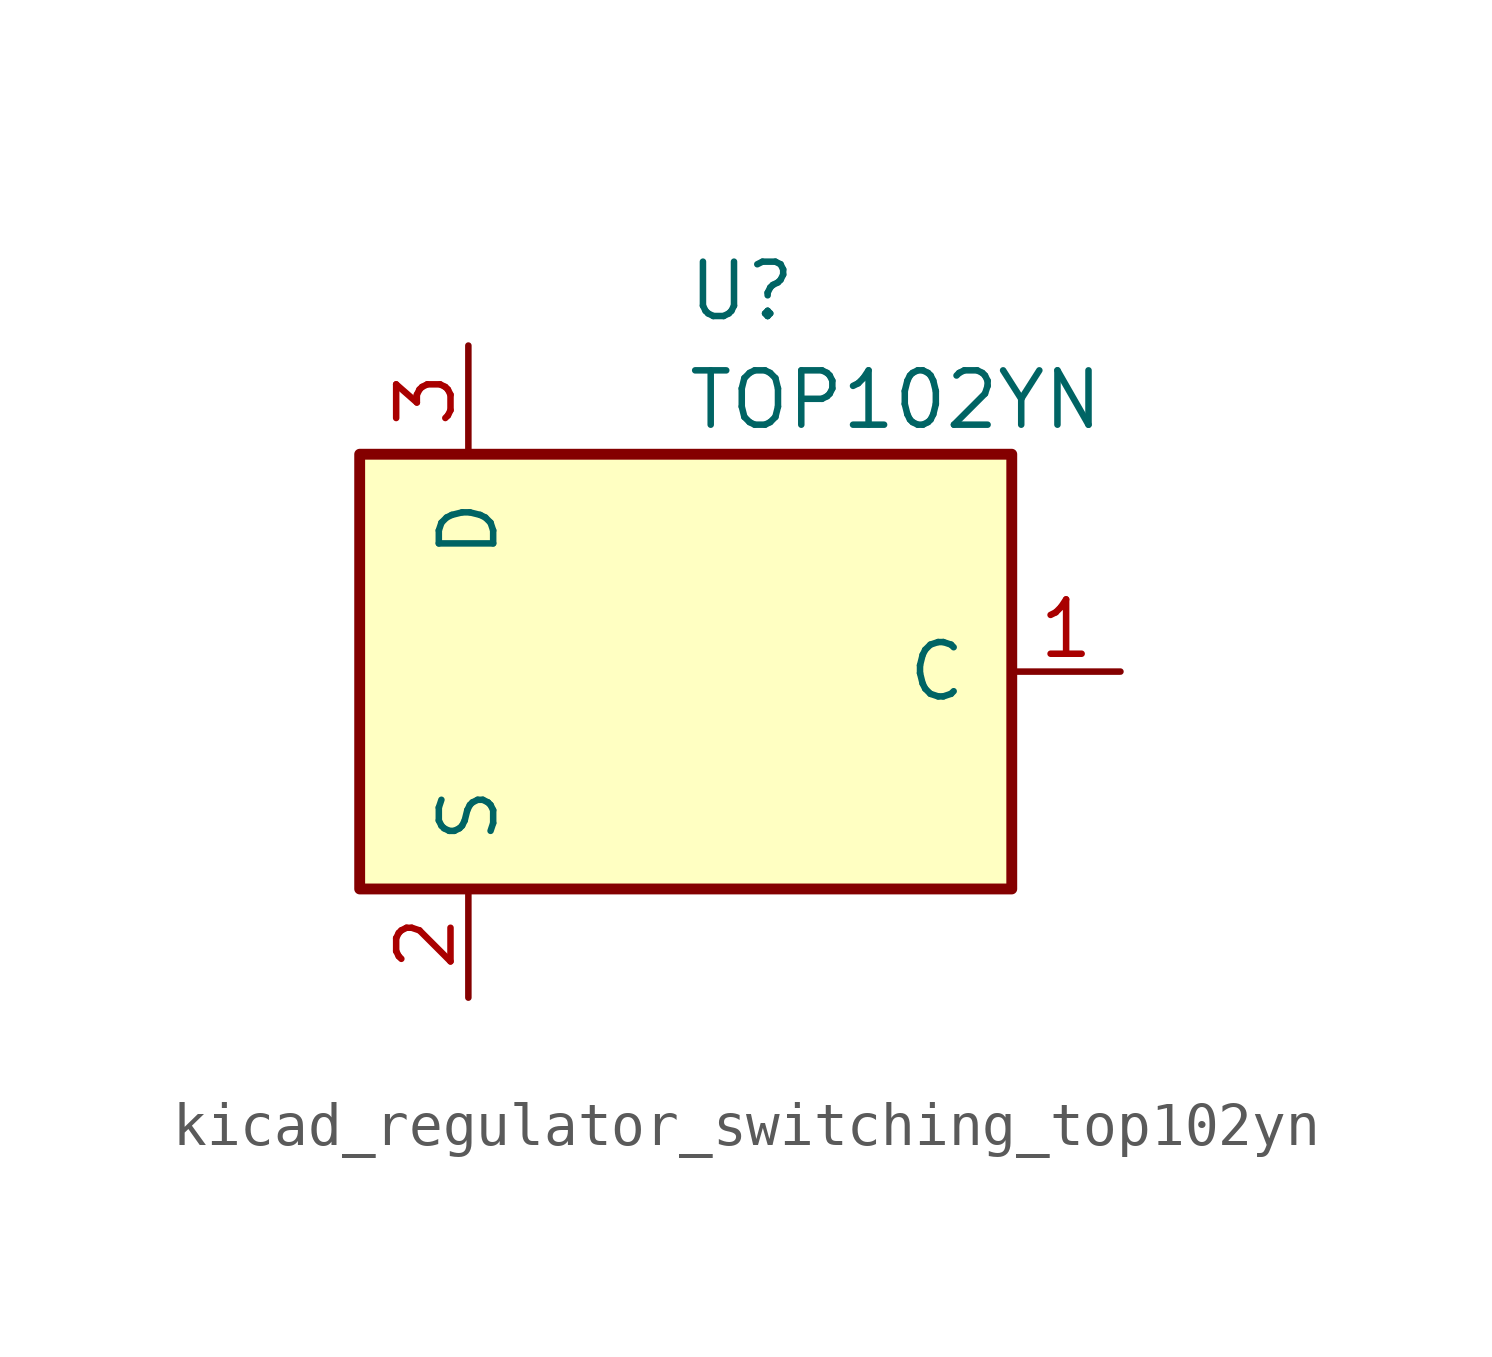
<source format=kicad_sym>
(kicad_symbol_lib
  (version 20220914)
  (generator kicad_symbol_editor)
  (symbol "kicad_regulator_switching_top102yn"
    (pin_names
      (offset 1.016))
    (property "Reference" "U"
      (at 0 8.89 0)
      (effects (font (size 1.27 1.27)) (justify left)))
    (property "Value" "TOP102YN"
      (at 0 6.35 0)
      (effects (font (size 1.27 1.27)) (justify left)))
    (symbol "kicad_regulator_switching_top102yn_0_1"
      (rectangle (start -7.62 5.08) (end 7.62 -5.08) (stroke (width 0.254) (type default)) (fill (type background))))
    (symbol "kicad_regulator_switching_top102yn_1_1"
      (pin input line (at 10.16 0 180) (length 2.54) (name "C" (effects (font (size 1.27 1.27)))) (number "1" (effects (font (size 1.27 1.27)))))
      (pin power_in line (at -5.08 -7.62 90) (length 2.54) (name "S" (effects (font (size 1.27 1.27)))) (number "2" (effects (font (size 1.27 1.27)))))
      (pin open_collector line (at -5.08 7.62 270) (length 2.54) (name "D" (effects (font (size 1.27 1.27)))) (number "3" (effects (font (size 1.27 1.27))))))))
</source>
